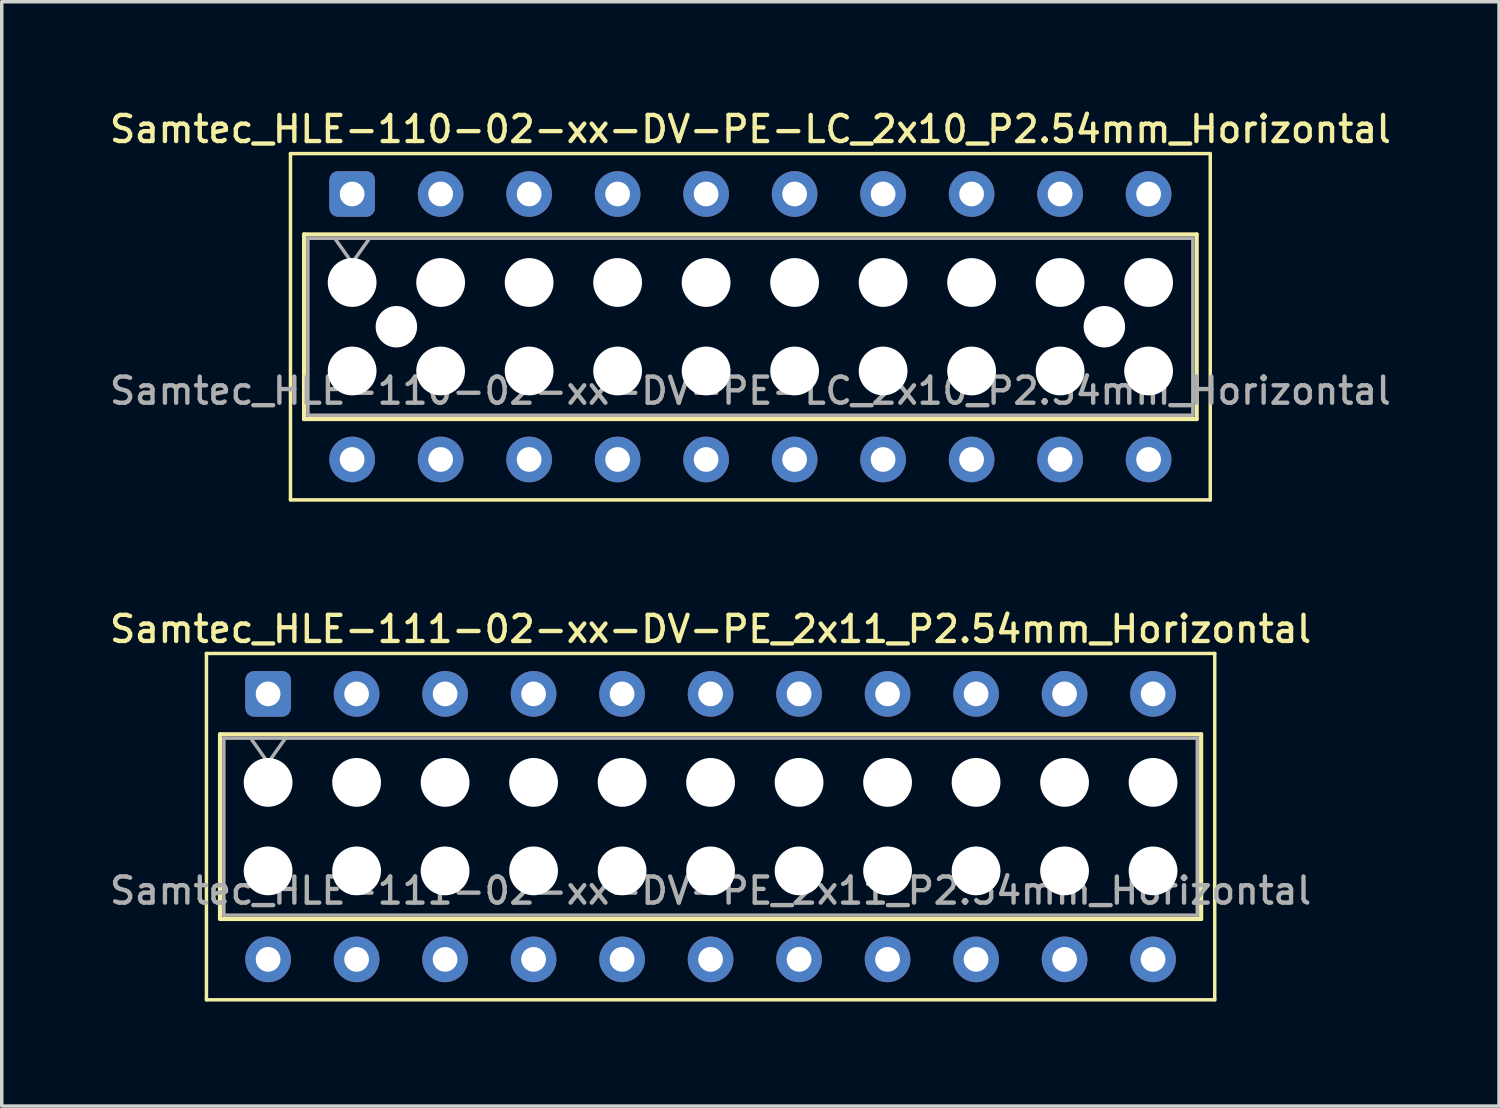
<source format=kicad_pcb>
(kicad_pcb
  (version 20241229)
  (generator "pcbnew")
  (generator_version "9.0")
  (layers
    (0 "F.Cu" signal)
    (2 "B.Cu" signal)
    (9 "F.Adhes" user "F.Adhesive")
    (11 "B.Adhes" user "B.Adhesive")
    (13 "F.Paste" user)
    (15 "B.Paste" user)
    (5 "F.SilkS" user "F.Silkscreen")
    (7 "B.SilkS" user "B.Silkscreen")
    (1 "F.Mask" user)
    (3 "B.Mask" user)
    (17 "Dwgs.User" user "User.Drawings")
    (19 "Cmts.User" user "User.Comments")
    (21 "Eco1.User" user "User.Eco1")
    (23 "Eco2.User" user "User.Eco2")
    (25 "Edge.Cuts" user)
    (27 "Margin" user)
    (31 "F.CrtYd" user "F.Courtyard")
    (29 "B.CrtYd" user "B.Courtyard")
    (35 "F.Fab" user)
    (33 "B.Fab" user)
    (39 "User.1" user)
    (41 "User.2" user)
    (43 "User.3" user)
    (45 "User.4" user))
  (footprint "Samtec_HLE-110-02-xx-DV-PE-LC_2x10_P2.54mm_Horizontal"
    (layer "F.Cu")
    (at 7.057 2.518)
    (property "Reference" "Samtec_HLE-110-02-xx-DV-PE-LC_2x10_P2.54mm_Horizontal" (at 11.43 -1.86 0) (layer "F.SilkS") (effects (font (size 0.75 0.75) (thickness 0.125))))
    (attr through_hole)
    (fp_line (start -1.77 -1.16) (end 24.63 -1.16) (stroke (width 0.1) (type solid)) (layer "F.SilkS"))
    (fp_line (start -1.77 8.78) (end -1.77 -1.16) (stroke (width 0.1) (type solid)) (layer "F.SilkS"))
    (fp_line (start -1.38 1.16) (end 24.24 1.16) (stroke (width 0.12) (type solid)) (layer "F.SilkS"))
    (fp_line (start -1.38 6.46) (end -1.38 1.16) (stroke (width 0.12) (type solid)) (layer "F.SilkS"))
    (fp_line (start 24.24 1.16) (end 24.24 6.46) (stroke (width 0.12) (type solid)) (layer "F.SilkS"))
    (fp_line (start 24.24 6.46) (end -1.38 6.46) (stroke (width 0.12) (type solid)) (layer "F.SilkS"))
    (fp_line (start 24.63 -1.16) (end 24.63 8.78) (stroke (width 0.1) (type solid)) (layer "F.SilkS"))
    (fp_line (start 24.63 8.78) (end -1.77 8.78) (stroke (width 0.1) (type solid)) (layer "F.SilkS"))
    (fp_line (start -1.27 1.27) (end 24.13 1.27) (stroke (width 0.1) (type solid)) (layer "F.Fab"))
    (fp_line (start -1.27 6.35) (end -1.27 1.27) (stroke (width 0.1) (type solid)) (layer "F.Fab"))
    (fp_line (start -0.5 1.27) (end 0 1.977) (stroke (width 0.1) (type solid)) (layer "F.Fab"))
    (fp_line (start 0 1.977) (end 0.5 1.27) (stroke (width 0.1) (type solid)) (layer "F.Fab"))
    (fp_line (start 24.13 1.27) (end 24.13 6.35) (stroke (width 0.1) (type solid)) (layer "F.Fab"))
    (fp_line (start 24.13 6.35) (end -1.27 6.35) (stroke (width 0.1) (type solid)) (layer "F.Fab"))
    (fp_text user "${REFERENCE}" (at 11.43 5.65 0) (layer "F.Fab") (effects (font (size 0.75 0.75) (thickness 0.125))))
    (pad "" np_thru_hole circle (at 0 2.54) (size 1.4 1.4) (drill 1.4) (layers "*.Cu" "*.Mask"))
    (pad "" np_thru_hole circle (at 0 5.08) (size 1.4 1.4) (drill 1.4) (layers "*.Cu" "*.Mask"))
    (pad "" np_thru_hole circle (at 1.27 3.81) (size 1.19 1.19) (drill 1.19) (layers "*.Cu" "*.Mask"))
    (pad "" np_thru_hole circle (at 2.54 2.54) (size 1.4 1.4) (drill 1.4) (layers "*.Cu" "*.Mask"))
    (pad "" np_thru_hole circle (at 2.54 5.08) (size 1.4 1.4) (drill 1.4) (layers "*.Cu" "*.Mask"))
    (pad "" np_thru_hole circle (at 5.08 2.54) (size 1.4 1.4) (drill 1.4) (layers "*.Cu" "*.Mask"))
    (pad "" np_thru_hole circle (at 5.08 5.08) (size 1.4 1.4) (drill 1.4) (layers "*.Cu" "*.Mask"))
    (pad "" np_thru_hole circle (at 7.62 2.54) (size 1.4 1.4) (drill 1.4) (layers "*.Cu" "*.Mask"))
    (pad "" np_thru_hole circle (at 7.62 5.08) (size 1.4 1.4) (drill 1.4) (layers "*.Cu" "*.Mask"))
    (pad "" np_thru_hole circle (at 10.16 2.54) (size 1.4 1.4) (drill 1.4) (layers "*.Cu" "*.Mask"))
    (pad "" np_thru_hole circle (at 10.16 5.08) (size 1.4 1.4) (drill 1.4) (layers "*.Cu" "*.Mask"))
    (pad "" np_thru_hole circle (at 12.7 2.54) (size 1.4 1.4) (drill 1.4) (layers "*.Cu" "*.Mask"))
    (pad "" np_thru_hole circle (at 12.7 5.08) (size 1.4 1.4) (drill 1.4) (layers "*.Cu" "*.Mask"))
    (pad "" np_thru_hole circle (at 15.24 2.54) (size 1.4 1.4) (drill 1.4) (layers "*.Cu" "*.Mask"))
    (pad "" np_thru_hole circle (at 15.24 5.08) (size 1.4 1.4) (drill 1.4) (layers "*.Cu" "*.Mask"))
    (pad "" np_thru_hole circle (at 17.78 2.54) (size 1.4 1.4) (drill 1.4) (layers "*.Cu" "*.Mask"))
    (pad "" np_thru_hole circle (at 17.78 5.08) (size 1.4 1.4) (drill 1.4) (layers "*.Cu" "*.Mask"))
    (pad "" np_thru_hole circle (at 20.32 2.54) (size 1.4 1.4) (drill 1.4) (layers "*.Cu" "*.Mask"))
    (pad "" np_thru_hole circle (at 20.32 5.08) (size 1.4 1.4) (drill 1.4) (layers "*.Cu" "*.Mask"))
    (pad "" np_thru_hole circle (at 21.59 3.81) (size 1.19 1.19) (drill 1.19) (layers "*.Cu" "*.Mask"))
    (pad "" np_thru_hole circle (at 22.86 2.54) (size 1.4 1.4) (drill 1.4) (layers "*.Cu" "*.Mask"))
    (pad "" np_thru_hole circle (at 22.86 5.08) (size 1.4 1.4) (drill 1.4) (layers "*.Cu" "*.Mask"))
    (pad "1" thru_hole roundrect (at 0 0) (size 1.31 1.31) (drill 0.71) (layers "*.Cu" "*.Mask") (roundrect_rratio 0.191))
    (pad "2" thru_hole circle (at 0 7.62) (size 1.31 1.31) (drill 0.71) (layers "*.Cu" "*.Mask"))
    (pad "3" thru_hole circle (at 2.54 0) (size 1.31 1.31) (drill 0.71) (layers "*.Cu" "*.Mask"))
    (pad "4" thru_hole circle (at 2.54 7.62) (size 1.31 1.31) (drill 0.71) (layers "*.Cu" "*.Mask"))
    (pad "5" thru_hole circle (at 5.08 0) (size 1.31 1.31) (drill 0.71) (layers "*.Cu" "*.Mask"))
    (pad "6" thru_hole circle (at 5.08 7.62) (size 1.31 1.31) (drill 0.71) (layers "*.Cu" "*.Mask"))
    (pad "7" thru_hole circle (at 7.62 0) (size 1.31 1.31) (drill 0.71) (layers "*.Cu" "*.Mask"))
    (pad "8" thru_hole circle (at 7.62 7.62) (size 1.31 1.31) (drill 0.71) (layers "*.Cu" "*.Mask"))
    (pad "9" thru_hole circle (at 10.16 0) (size 1.31 1.31) (drill 0.71) (layers "*.Cu" "*.Mask"))
    (pad "10" thru_hole circle (at 10.16 7.62) (size 1.31 1.31) (drill 0.71) (layers "*.Cu" "*.Mask"))
    (pad "11" thru_hole circle (at 12.7 0) (size 1.31 1.31) (drill 0.71) (layers "*.Cu" "*.Mask"))
    (pad "12" thru_hole circle (at 12.7 7.62) (size 1.31 1.31) (drill 0.71) (layers "*.Cu" "*.Mask"))
    (pad "13" thru_hole circle (at 15.24 0) (size 1.31 1.31) (drill 0.71) (layers "*.Cu" "*.Mask"))
    (pad "14" thru_hole circle (at 15.24 7.62) (size 1.31 1.31) (drill 0.71) (layers "*.Cu" "*.Mask"))
    (pad "15" thru_hole circle (at 17.78 0) (size 1.31 1.31) (drill 0.71) (layers "*.Cu" "*.Mask"))
    (pad "16" thru_hole circle (at 17.78 7.62) (size 1.31 1.31) (drill 0.71) (layers "*.Cu" "*.Mask"))
    (pad "17" thru_hole circle (at 20.32 0) (size 1.31 1.31) (drill 0.71) (layers "*.Cu" "*.Mask"))
    (pad "18" thru_hole circle (at 20.32 7.62) (size 1.31 1.31) (drill 0.71) (layers "*.Cu" "*.Mask"))
    (pad "19" thru_hole circle (at 22.86 0) (size 1.31 1.31) (drill 0.71) (layers "*.Cu" "*.Mask"))
    (pad "20" thru_hole circle (at 22.86 7.62) (size 1.31 1.31) (drill 0.71) (layers "*.Cu" "*.Mask")))
  (footprint "Samtec_HLE-111-02-xx-DV-PE_2x11_P2.54mm_Horizontal"
    (layer "F.Cu")
    (at 4.645 16.866)
    (property "Reference" "Samtec_HLE-111-02-xx-DV-PE_2x11_P2.54mm_Horizontal" (at 12.7 -1.86 0) (layer "F.SilkS") (effects (font (size 0.75 0.75) (thickness 0.125))))
    (attr through_hole)
    (fp_line (start -1.77 -1.16) (end 27.17 -1.16) (stroke (width 0.1) (type solid)) (layer "F.SilkS"))
    (fp_line (start -1.77 8.78) (end -1.77 -1.16) (stroke (width 0.1) (type solid)) (layer "F.SilkS"))
    (fp_line (start -1.38 1.16) (end 26.78 1.16) (stroke (width 0.12) (type solid)) (layer "F.SilkS"))
    (fp_line (start -1.38 6.46) (end -1.38 1.16) (stroke (width 0.12) (type solid)) (layer "F.SilkS"))
    (fp_line (start 26.78 1.16) (end 26.78 6.46) (stroke (width 0.12) (type solid)) (layer "F.SilkS"))
    (fp_line (start 26.78 6.46) (end -1.38 6.46) (stroke (width 0.12) (type solid)) (layer "F.SilkS"))
    (fp_line (start 27.17 -1.16) (end 27.17 8.78) (stroke (width 0.1) (type solid)) (layer "F.SilkS"))
    (fp_line (start 27.17 8.78) (end -1.77 8.78) (stroke (width 0.1) (type solid)) (layer "F.SilkS"))
    (fp_line (start -1.27 1.27) (end 26.67 1.27) (stroke (width 0.1) (type solid)) (layer "F.Fab"))
    (fp_line (start -1.27 6.35) (end -1.27 1.27) (stroke (width 0.1) (type solid)) (layer "F.Fab"))
    (fp_line (start -0.5 1.27) (end 0 1.977) (stroke (width 0.1) (type solid)) (layer "F.Fab"))
    (fp_line (start 0 1.977) (end 0.5 1.27) (stroke (width 0.1) (type solid)) (layer "F.Fab"))
    (fp_line (start 26.67 1.27) (end 26.67 6.35) (stroke (width 0.1) (type solid)) (layer "F.Fab"))
    (fp_line (start 26.67 6.35) (end -1.27 6.35) (stroke (width 0.1) (type solid)) (layer "F.Fab"))
    (fp_text user "${REFERENCE}" (at 12.7 5.65 0) (layer "F.Fab") (effects (font (size 0.75 0.75) (thickness 0.125))))
    (pad "" np_thru_hole circle (at 0 2.54) (size 1.4 1.4) (drill 1.4) (layers "*.Cu" "*.Mask"))
    (pad "" np_thru_hole circle (at 0 5.08) (size 1.4 1.4) (drill 1.4) (layers "*.Cu" "*.Mask"))
    (pad "" np_thru_hole circle (at 2.54 2.54) (size 1.4 1.4) (drill 1.4) (layers "*.Cu" "*.Mask"))
    (pad "" np_thru_hole circle (at 2.54 5.08) (size 1.4 1.4) (drill 1.4) (layers "*.Cu" "*.Mask"))
    (pad "" np_thru_hole circle (at 5.08 2.54) (size 1.4 1.4) (drill 1.4) (layers "*.Cu" "*.Mask"))
    (pad "" np_thru_hole circle (at 5.08 5.08) (size 1.4 1.4) (drill 1.4) (layers "*.Cu" "*.Mask"))
    (pad "" np_thru_hole circle (at 7.62 2.54) (size 1.4 1.4) (drill 1.4) (layers "*.Cu" "*.Mask"))
    (pad "" np_thru_hole circle (at 7.62 5.08) (size 1.4 1.4) (drill 1.4) (layers "*.Cu" "*.Mask"))
    (pad "" np_thru_hole circle (at 10.16 2.54) (size 1.4 1.4) (drill 1.4) (layers "*.Cu" "*.Mask"))
    (pad "" np_thru_hole circle (at 10.16 5.08) (size 1.4 1.4) (drill 1.4) (layers "*.Cu" "*.Mask"))
    (pad "" np_thru_hole circle (at 12.7 2.54) (size 1.4 1.4) (drill 1.4) (layers "*.Cu" "*.Mask"))
    (pad "" np_thru_hole circle (at 12.7 5.08) (size 1.4 1.4) (drill 1.4) (layers "*.Cu" "*.Mask"))
    (pad "" np_thru_hole circle (at 15.24 2.54) (size 1.4 1.4) (drill 1.4) (layers "*.Cu" "*.Mask"))
    (pad "" np_thru_hole circle (at 15.24 5.08) (size 1.4 1.4) (drill 1.4) (layers "*.Cu" "*.Mask"))
    (pad "" np_thru_hole circle (at 17.78 2.54) (size 1.4 1.4) (drill 1.4) (layers "*.Cu" "*.Mask"))
    (pad "" np_thru_hole circle (at 17.78 5.08) (size 1.4 1.4) (drill 1.4) (layers "*.Cu" "*.Mask"))
    (pad "" np_thru_hole circle (at 20.32 2.54) (size 1.4 1.4) (drill 1.4) (layers "*.Cu" "*.Mask"))
    (pad "" np_thru_hole circle (at 20.32 5.08) (size 1.4 1.4) (drill 1.4) (layers "*.Cu" "*.Mask"))
    (pad "" np_thru_hole circle (at 22.86 2.54) (size 1.4 1.4) (drill 1.4) (layers "*.Cu" "*.Mask"))
    (pad "" np_thru_hole circle (at 22.86 5.08) (size 1.4 1.4) (drill 1.4) (layers "*.Cu" "*.Mask"))
    (pad "" np_thru_hole circle (at 25.4 2.54) (size 1.4 1.4) (drill 1.4) (layers "*.Cu" "*.Mask"))
    (pad "" np_thru_hole circle (at 25.4 5.08) (size 1.4 1.4) (drill 1.4) (layers "*.Cu" "*.Mask"))
    (pad "1" thru_hole roundrect (at 0 0) (size 1.31 1.31) (drill 0.71) (layers "*.Cu" "*.Mask") (roundrect_rratio 0.191))
    (pad "2" thru_hole circle (at 0 7.62) (size 1.31 1.31) (drill 0.71) (layers "*.Cu" "*.Mask"))
    (pad "3" thru_hole circle (at 2.54 0) (size 1.31 1.31) (drill 0.71) (layers "*.Cu" "*.Mask"))
    (pad "4" thru_hole circle (at 2.54 7.62) (size 1.31 1.31) (drill 0.71) (layers "*.Cu" "*.Mask"))
    (pad "5" thru_hole circle (at 5.08 0) (size 1.31 1.31) (drill 0.71) (layers "*.Cu" "*.Mask"))
    (pad "6" thru_hole circle (at 5.08 7.62) (size 1.31 1.31) (drill 0.71) (layers "*.Cu" "*.Mask"))
    (pad "7" thru_hole circle (at 7.62 0) (size 1.31 1.31) (drill 0.71) (layers "*.Cu" "*.Mask"))
    (pad "8" thru_hole circle (at 7.62 7.62) (size 1.31 1.31) (drill 0.71) (layers "*.Cu" "*.Mask"))
    (pad "9" thru_hole circle (at 10.16 0) (size 1.31 1.31) (drill 0.71) (layers "*.Cu" "*.Mask"))
    (pad "10" thru_hole circle (at 10.16 7.62) (size 1.31 1.31) (drill 0.71) (layers "*.Cu" "*.Mask"))
    (pad "11" thru_hole circle (at 12.7 0) (size 1.31 1.31) (drill 0.71) (layers "*.Cu" "*.Mask"))
    (pad "12" thru_hole circle (at 12.7 7.62) (size 1.31 1.31) (drill 0.71) (layers "*.Cu" "*.Mask"))
    (pad "13" thru_hole circle (at 15.24 0) (size 1.31 1.31) (drill 0.71) (layers "*.Cu" "*.Mask"))
    (pad "14" thru_hole circle (at 15.24 7.62) (size 1.31 1.31) (drill 0.71) (layers "*.Cu" "*.Mask"))
    (pad "15" thru_hole circle (at 17.78 0) (size 1.31 1.31) (drill 0.71) (layers "*.Cu" "*.Mask"))
    (pad "16" thru_hole circle (at 17.78 7.62) (size 1.31 1.31) (drill 0.71) (layers "*.Cu" "*.Mask"))
    (pad "17" thru_hole circle (at 20.32 0) (size 1.31 1.31) (drill 0.71) (layers "*.Cu" "*.Mask"))
    (pad "18" thru_hole circle (at 20.32 7.62) (size 1.31 1.31) (drill 0.71) (layers "*.Cu" "*.Mask"))
    (pad "19" thru_hole circle (at 22.86 0) (size 1.31 1.31) (drill 0.71) (layers "*.Cu" "*.Mask"))
    (pad "20" thru_hole circle (at 22.86 7.62) (size 1.31 1.31) (drill 0.71) (layers "*.Cu" "*.Mask"))
    (pad "21" thru_hole circle (at 25.4 0) (size 1.31 1.31) (drill 0.71) (layers "*.Cu" "*.Mask"))
    (pad "22" thru_hole circle (at 25.4 7.62) (size 1.31 1.31) (drill 0.71) (layers "*.Cu" "*.Mask")))
  (gr_rect
    (start -3 -3)
    (end 39.975 28.696)
    (stroke (width 0.1) (type default))
    (fill no)
    (layer "Edge.Cuts")))
</source>
